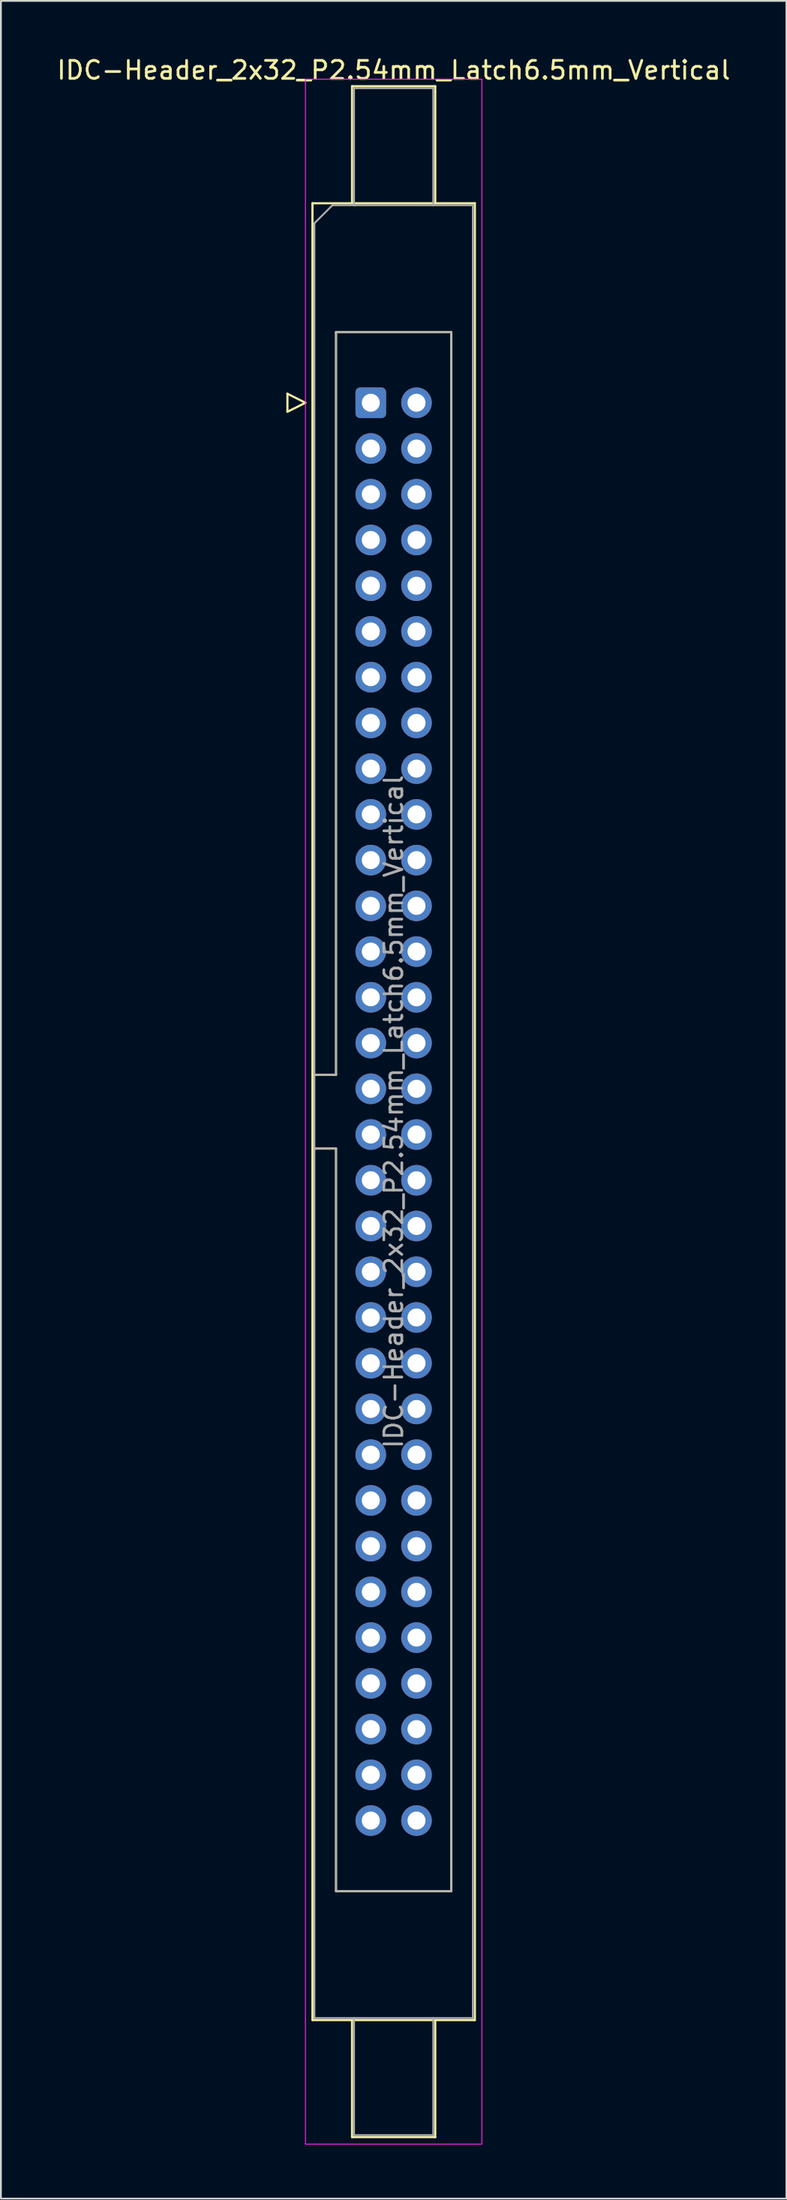
<source format=kicad_pcb>
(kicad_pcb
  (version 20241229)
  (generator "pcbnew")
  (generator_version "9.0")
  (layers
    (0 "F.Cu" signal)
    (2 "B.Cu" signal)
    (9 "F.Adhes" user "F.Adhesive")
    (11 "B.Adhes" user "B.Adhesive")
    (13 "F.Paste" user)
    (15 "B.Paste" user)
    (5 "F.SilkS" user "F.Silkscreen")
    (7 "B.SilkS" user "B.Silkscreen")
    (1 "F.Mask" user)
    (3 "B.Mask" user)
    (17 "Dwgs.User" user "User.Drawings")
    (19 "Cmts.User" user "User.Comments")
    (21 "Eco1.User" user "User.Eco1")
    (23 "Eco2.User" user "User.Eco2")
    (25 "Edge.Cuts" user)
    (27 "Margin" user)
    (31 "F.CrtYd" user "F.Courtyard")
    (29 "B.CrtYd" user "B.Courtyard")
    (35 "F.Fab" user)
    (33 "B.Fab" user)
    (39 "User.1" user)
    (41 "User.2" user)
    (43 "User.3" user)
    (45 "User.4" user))
  (footprint "IDC-Header_2x32_P2.54mm_Latch6.5mm_Vertical"
    (layer "F.Cu")
    (at 17.545 19.318)
    (property "Reference" "IDC-Header_2x32_P2.54mm_Latch6.5mm_Vertical" (at 1.27 -18.47 0) (layer "F.SilkS") (effects (font (size 1 1) (thickness 0.15))))
    (attr through_hole)
    (fp_line (start -4.63 -0.5) (end -4.63 0.5) (stroke (width 0.12) (type solid)) (layer "F.SilkS"))
    (fp_line (start -4.63 0.5) (end -3.63 0) (stroke (width 0.12) (type solid)) (layer "F.SilkS"))
    (fp_line (start -3.63 0) (end -4.63 -0.5) (stroke (width 0.12) (type solid)) (layer "F.SilkS"))
    (fp_line (start -3.24 -11.08) (end 5.78 -11.08) (stroke (width 0.12) (type solid)) (layer "F.SilkS"))
    (fp_line (start -3.24 37.32) (end -1.93 37.32) (stroke (width 0.12) (type solid)) (layer "F.SilkS"))
    (fp_line (start -3.24 89.82) (end -3.24 -11.08) (stroke (width 0.12) (type solid)) (layer "F.SilkS"))
    (fp_line (start -1.93 -3.92) (end 4.47 -3.92) (stroke (width 0.12) (type solid)) (layer "F.SilkS"))
    (fp_line (start -1.93 37.32) (end -1.93 -3.92) (stroke (width 0.12) (type solid)) (layer "F.SilkS"))
    (fp_line (start -1.93 41.42) (end -3.24 41.42) (stroke (width 0.12) (type solid)) (layer "F.SilkS"))
    (fp_line (start -1.93 82.66) (end -1.93 41.42) (stroke (width 0.12) (type solid)) (layer "F.SilkS"))
    (fp_line (start -1.04 -17.58) (end 3.58 -17.58) (stroke (width 0.12) (type solid)) (layer "F.SilkS"))
    (fp_line (start -1.04 -11.08) (end -1.04 -17.58) (stroke (width 0.12) (type solid)) (layer "F.SilkS"))
    (fp_line (start -1.04 89.82) (end -1.04 96.32) (stroke (width 0.12) (type solid)) (layer "F.SilkS"))
    (fp_line (start -1.04 96.32) (end 3.58 96.32) (stroke (width 0.12) (type solid)) (layer "F.SilkS"))
    (fp_line (start 3.58 -17.58) (end 3.58 -11.08) (stroke (width 0.12) (type solid)) (layer "F.SilkS"))
    (fp_line (start 3.58 96.32) (end 3.58 89.82) (stroke (width 0.12) (type solid)) (layer "F.SilkS"))
    (fp_line (start 4.47 -3.92) (end 4.47 82.66) (stroke (width 0.12) (type solid)) (layer "F.SilkS"))
    (fp_line (start 4.47 82.66) (end -1.93 82.66) (stroke (width 0.12) (type solid)) (layer "F.SilkS"))
    (fp_line (start 5.78 -11.08) (end 5.78 89.82) (stroke (width 0.12) (type solid)) (layer "F.SilkS"))
    (fp_line (start 5.78 89.82) (end -3.24 89.82) (stroke (width 0.12) (type solid)) (layer "F.SilkS"))
    (fp_line (start -3.63 -17.97) (end -3.63 96.71) (stroke (width 0.05) (type solid)) (layer "F.CrtYd"))
    (fp_line (start -3.63 96.71) (end 6.17 96.71) (stroke (width 0.05) (type solid)) (layer "F.CrtYd"))
    (fp_line (start 6.17 -17.97) (end -3.63 -17.97) (stroke (width 0.05) (type solid)) (layer "F.CrtYd"))
    (fp_line (start 6.17 96.71) (end 6.17 -17.97) (stroke (width 0.05) (type solid)) (layer "F.CrtYd"))
    (fp_line (start -3.13 -9.97) (end -2.13 -10.97) (stroke (width 0.1) (type solid)) (layer "F.Fab"))
    (fp_line (start -3.13 37.32) (end -1.93 37.32) (stroke (width 0.1) (type solid)) (layer "F.Fab"))
    (fp_line (start -3.13 89.71) (end -3.13 -9.97) (stroke (width 0.1) (type solid)) (layer "F.Fab"))
    (fp_line (start -2.13 -10.97) (end 5.67 -10.97) (stroke (width 0.1) (type solid)) (layer "F.Fab"))
    (fp_line (start -1.93 -3.92) (end 4.47 -3.92) (stroke (width 0.1) (type solid)) (layer "F.Fab"))
    (fp_line (start -1.93 37.32) (end -1.93 -3.92) (stroke (width 0.1) (type solid)) (layer "F.Fab"))
    (fp_line (start -1.93 41.42) (end -3.13 41.42) (stroke (width 0.1) (type solid)) (layer "F.Fab"))
    (fp_line (start -1.93 82.66) (end -1.93 41.42) (stroke (width 0.1) (type solid)) (layer "F.Fab"))
    (fp_line (start -0.93 -17.47) (end 3.47 -17.47) (stroke (width 0.1) (type solid)) (layer "F.Fab"))
    (fp_line (start -0.93 -10.97) (end -0.93 -17.47) (stroke (width 0.1) (type solid)) (layer "F.Fab"))
    (fp_line (start -0.93 89.71) (end -0.93 96.21) (stroke (width 0.1) (type solid)) (layer "F.Fab"))
    (fp_line (start -0.93 96.21) (end 3.47 96.21) (stroke (width 0.1) (type solid)) (layer "F.Fab"))
    (fp_line (start 3.47 -17.47) (end 3.47 -10.97) (stroke (width 0.1) (type solid)) (layer "F.Fab"))
    (fp_line (start 3.47 96.21) (end 3.47 89.71) (stroke (width 0.1) (type solid)) (layer "F.Fab"))
    (fp_line (start 4.47 -3.92) (end 4.47 82.66) (stroke (width 0.1) (type solid)) (layer "F.Fab"))
    (fp_line (start 4.47 82.66) (end -1.93 82.66) (stroke (width 0.1) (type solid)) (layer "F.Fab"))
    (fp_line (start 5.67 -10.97) (end 5.67 89.71) (stroke (width 0.1) (type solid)) (layer "F.Fab"))
    (fp_line (start 5.67 89.71) (end -3.13 89.71) (stroke (width 0.1) (type solid)) (layer "F.Fab"))
    (fp_text user "${REFERENCE}" (at 1.27 39.37 90) (layer "F.Fab") (effects (font (size 1 1) (thickness 0.15))))
    (pad "1" thru_hole roundrect (at 0 0) (size 1.7 1.7) (drill 1) (layers "*.Cu" "*.Mask") (roundrect_rratio 0.147))
    (pad "2" thru_hole circle (at 2.54 0) (size 1.7 1.7) (drill 1) (layers "*.Cu" "*.Mask"))
    (pad "3" thru_hole circle (at 0 2.54) (size 1.7 1.7) (drill 1) (layers "*.Cu" "*.Mask"))
    (pad "4" thru_hole circle (at 2.54 2.54) (size 1.7 1.7) (drill 1) (layers "*.Cu" "*.Mask"))
    (pad "5" thru_hole circle (at 0 5.08) (size 1.7 1.7) (drill 1) (layers "*.Cu" "*.Mask"))
    (pad "6" thru_hole circle (at 2.54 5.08) (size 1.7 1.7) (drill 1) (layers "*.Cu" "*.Mask"))
    (pad "7" thru_hole circle (at 0 7.62) (size 1.7 1.7) (drill 1) (layers "*.Cu" "*.Mask"))
    (pad "8" thru_hole circle (at 2.54 7.62) (size 1.7 1.7) (drill 1) (layers "*.Cu" "*.Mask"))
    (pad "9" thru_hole circle (at 0 10.16) (size 1.7 1.7) (drill 1) (layers "*.Cu" "*.Mask"))
    (pad "10" thru_hole circle (at 2.54 10.16) (size 1.7 1.7) (drill 1) (layers "*.Cu" "*.Mask"))
    (pad "11" thru_hole circle (at 0 12.7) (size 1.7 1.7) (drill 1) (layers "*.Cu" "*.Mask"))
    (pad "12" thru_hole circle (at 2.54 12.7) (size 1.7 1.7) (drill 1) (layers "*.Cu" "*.Mask"))
    (pad "13" thru_hole circle (at 0 15.24) (size 1.7 1.7) (drill 1) (layers "*.Cu" "*.Mask"))
    (pad "14" thru_hole circle (at 2.54 15.24) (size 1.7 1.7) (drill 1) (layers "*.Cu" "*.Mask"))
    (pad "15" thru_hole circle (at 0 17.78) (size 1.7 1.7) (drill 1) (layers "*.Cu" "*.Mask"))
    (pad "16" thru_hole circle (at 2.54 17.78) (size 1.7 1.7) (drill 1) (layers "*.Cu" "*.Mask"))
    (pad "17" thru_hole circle (at 0 20.32) (size 1.7 1.7) (drill 1) (layers "*.Cu" "*.Mask"))
    (pad "18" thru_hole circle (at 2.54 20.32) (size 1.7 1.7) (drill 1) (layers "*.Cu" "*.Mask"))
    (pad "19" thru_hole circle (at 0 22.86) (size 1.7 1.7) (drill 1) (layers "*.Cu" "*.Mask"))
    (pad "20" thru_hole circle (at 2.54 22.86) (size 1.7 1.7) (drill 1) (layers "*.Cu" "*.Mask"))
    (pad "21" thru_hole circle (at 0 25.4) (size 1.7 1.7) (drill 1) (layers "*.Cu" "*.Mask"))
    (pad "22" thru_hole circle (at 2.54 25.4) (size 1.7 1.7) (drill 1) (layers "*.Cu" "*.Mask"))
    (pad "23" thru_hole circle (at 0 27.94) (size 1.7 1.7) (drill 1) (layers "*.Cu" "*.Mask"))
    (pad "24" thru_hole circle (at 2.54 27.94) (size 1.7 1.7) (drill 1) (layers "*.Cu" "*.Mask"))
    (pad "25" thru_hole circle (at 0 30.48) (size 1.7 1.7) (drill 1) (layers "*.Cu" "*.Mask"))
    (pad "26" thru_hole circle (at 2.54 30.48) (size 1.7 1.7) (drill 1) (layers "*.Cu" "*.Mask"))
    (pad "27" thru_hole circle (at 0 33.02) (size 1.7 1.7) (drill 1) (layers "*.Cu" "*.Mask"))
    (pad "28" thru_hole circle (at 2.54 33.02) (size 1.7 1.7) (drill 1) (layers "*.Cu" "*.Mask"))
    (pad "29" thru_hole circle (at 0 35.56) (size 1.7 1.7) (drill 1) (layers "*.Cu" "*.Mask"))
    (pad "30" thru_hole circle (at 2.54 35.56) (size 1.7 1.7) (drill 1) (layers "*.Cu" "*.Mask"))
    (pad "31" thru_hole circle (at 0 38.1) (size 1.7 1.7) (drill 1) (layers "*.Cu" "*.Mask"))
    (pad "32" thru_hole circle (at 2.54 38.1) (size 1.7 1.7) (drill 1) (layers "*.Cu" "*.Mask"))
    (pad "33" thru_hole circle (at 0 40.64) (size 1.7 1.7) (drill 1) (layers "*.Cu" "*.Mask"))
    (pad "34" thru_hole circle (at 2.54 40.64) (size 1.7 1.7) (drill 1) (layers "*.Cu" "*.Mask"))
    (pad "35" thru_hole circle (at 0 43.18) (size 1.7 1.7) (drill 1) (layers "*.Cu" "*.Mask"))
    (pad "36" thru_hole circle (at 2.54 43.18) (size 1.7 1.7) (drill 1) (layers "*.Cu" "*.Mask"))
    (pad "37" thru_hole circle (at 0 45.72) (size 1.7 1.7) (drill 1) (layers "*.Cu" "*.Mask"))
    (pad "38" thru_hole circle (at 2.54 45.72) (size 1.7 1.7) (drill 1) (layers "*.Cu" "*.Mask"))
    (pad "39" thru_hole circle (at 0 48.26) (size 1.7 1.7) (drill 1) (layers "*.Cu" "*.Mask"))
    (pad "40" thru_hole circle (at 2.54 48.26) (size 1.7 1.7) (drill 1) (layers "*.Cu" "*.Mask"))
    (pad "41" thru_hole circle (at 0 50.8) (size 1.7 1.7) (drill 1) (layers "*.Cu" "*.Mask"))
    (pad "42" thru_hole circle (at 2.54 50.8) (size 1.7 1.7) (drill 1) (layers "*.Cu" "*.Mask"))
    (pad "43" thru_hole circle (at 0 53.34) (size 1.7 1.7) (drill 1) (layers "*.Cu" "*.Mask"))
    (pad "44" thru_hole circle (at 2.54 53.34) (size 1.7 1.7) (drill 1) (layers "*.Cu" "*.Mask"))
    (pad "45" thru_hole circle (at 0 55.88) (size 1.7 1.7) (drill 1) (layers "*.Cu" "*.Mask"))
    (pad "46" thru_hole circle (at 2.54 55.88) (size 1.7 1.7) (drill 1) (layers "*.Cu" "*.Mask"))
    (pad "47" thru_hole circle (at 0 58.42) (size 1.7 1.7) (drill 1) (layers "*.Cu" "*.Mask"))
    (pad "48" thru_hole circle (at 2.54 58.42) (size 1.7 1.7) (drill 1) (layers "*.Cu" "*.Mask"))
    (pad "49" thru_hole circle (at 0 60.96) (size 1.7 1.7) (drill 1) (layers "*.Cu" "*.Mask"))
    (pad "50" thru_hole circle (at 2.54 60.96) (size 1.7 1.7) (drill 1) (layers "*.Cu" "*.Mask"))
    (pad "51" thru_hole circle (at 0 63.5) (size 1.7 1.7) (drill 1) (layers "*.Cu" "*.Mask"))
    (pad "52" thru_hole circle (at 2.54 63.5) (size 1.7 1.7) (drill 1) (layers "*.Cu" "*.Mask"))
    (pad "53" thru_hole circle (at 0 66.04) (size 1.7 1.7) (drill 1) (layers "*.Cu" "*.Mask"))
    (pad "54" thru_hole circle (at 2.54 66.04) (size 1.7 1.7) (drill 1) (layers "*.Cu" "*.Mask"))
    (pad "55" thru_hole circle (at 0 68.58) (size 1.7 1.7) (drill 1) (layers "*.Cu" "*.Mask"))
    (pad "56" thru_hole circle (at 2.54 68.58) (size 1.7 1.7) (drill 1) (layers "*.Cu" "*.Mask"))
    (pad "57" thru_hole circle (at 0 71.12) (size 1.7 1.7) (drill 1) (layers "*.Cu" "*.Mask"))
    (pad "58" thru_hole circle (at 2.54 71.12) (size 1.7 1.7) (drill 1) (layers "*.Cu" "*.Mask"))
    (pad "59" thru_hole circle (at 0 73.66) (size 1.7 1.7) (drill 1) (layers "*.Cu" "*.Mask"))
    (pad "60" thru_hole circle (at 2.54 73.66) (size 1.7 1.7) (drill 1) (layers "*.Cu" "*.Mask"))
    (pad "61" thru_hole circle (at 0 76.2) (size 1.7 1.7) (drill 1) (layers "*.Cu" "*.Mask"))
    (pad "62" thru_hole circle (at 2.54 76.2) (size 1.7 1.7) (drill 1) (layers "*.Cu" "*.Mask"))
    (pad "63" thru_hole circle (at 0 78.74) (size 1.7 1.7) (drill 1) (layers "*.Cu" "*.Mask"))
    (pad "64" thru_hole circle (at 2.54 78.74) (size 1.7 1.7) (drill 1) (layers "*.Cu" "*.Mask")))
  (gr_rect
    (start -3 -3)
    (end 40.631 119.053)
    (stroke (width 0.1) (type default))
    (fill no)
    (layer "Edge.Cuts")))
</source>
